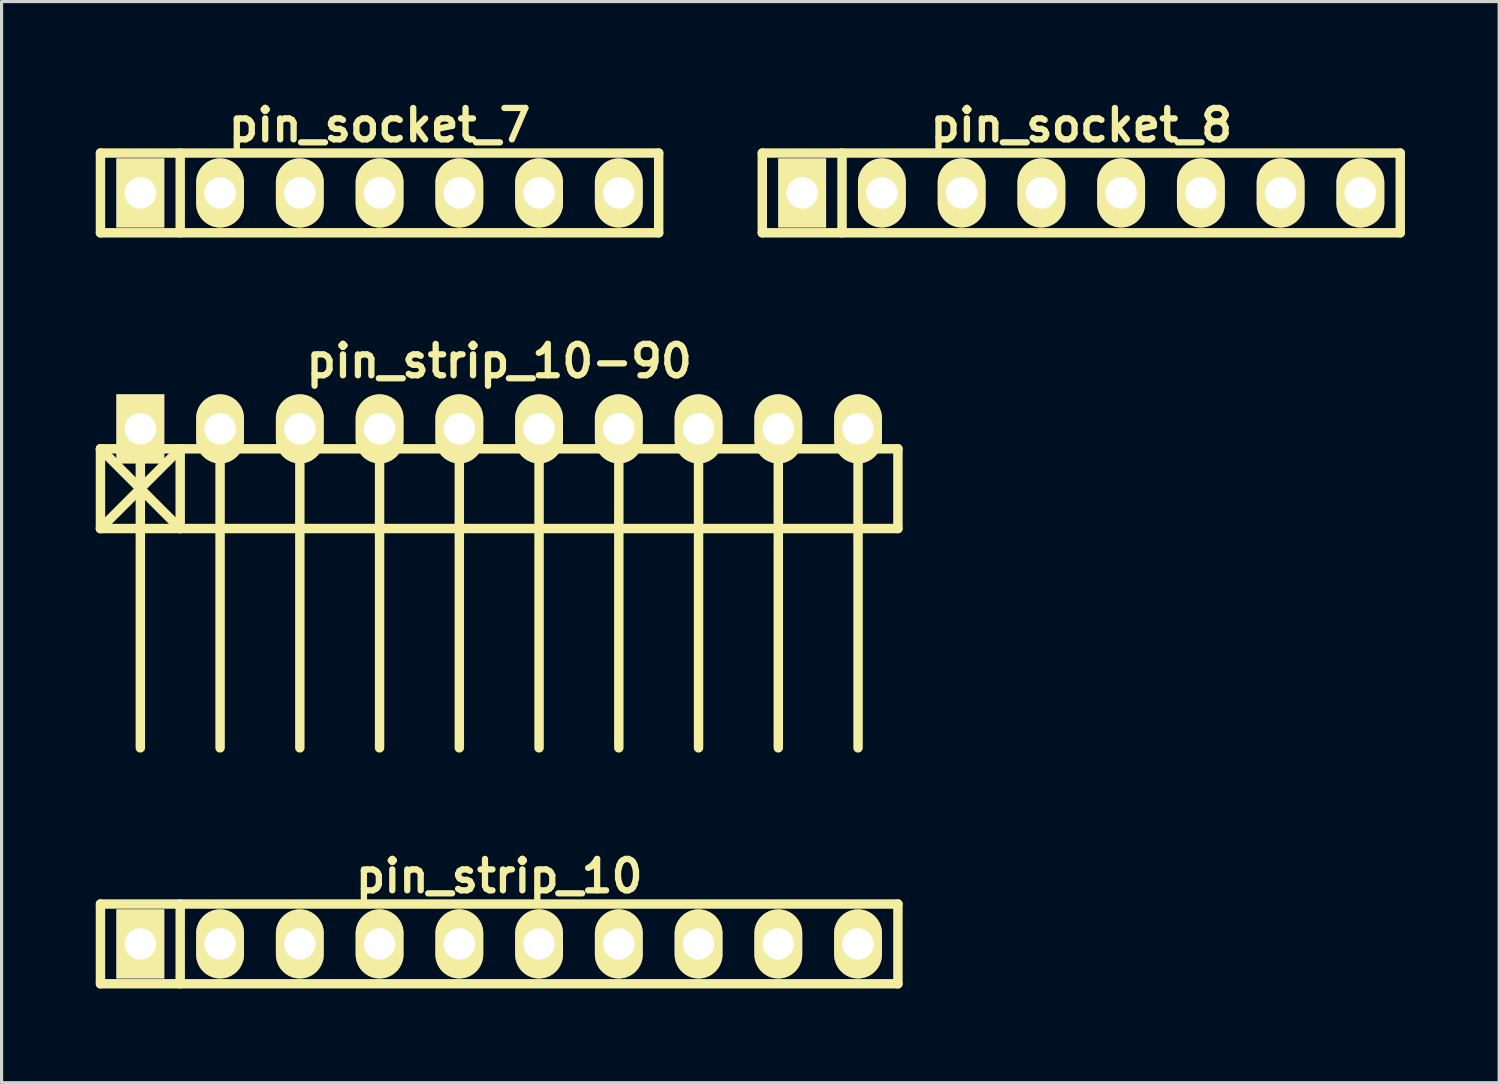
<source format=kicad_pcb>
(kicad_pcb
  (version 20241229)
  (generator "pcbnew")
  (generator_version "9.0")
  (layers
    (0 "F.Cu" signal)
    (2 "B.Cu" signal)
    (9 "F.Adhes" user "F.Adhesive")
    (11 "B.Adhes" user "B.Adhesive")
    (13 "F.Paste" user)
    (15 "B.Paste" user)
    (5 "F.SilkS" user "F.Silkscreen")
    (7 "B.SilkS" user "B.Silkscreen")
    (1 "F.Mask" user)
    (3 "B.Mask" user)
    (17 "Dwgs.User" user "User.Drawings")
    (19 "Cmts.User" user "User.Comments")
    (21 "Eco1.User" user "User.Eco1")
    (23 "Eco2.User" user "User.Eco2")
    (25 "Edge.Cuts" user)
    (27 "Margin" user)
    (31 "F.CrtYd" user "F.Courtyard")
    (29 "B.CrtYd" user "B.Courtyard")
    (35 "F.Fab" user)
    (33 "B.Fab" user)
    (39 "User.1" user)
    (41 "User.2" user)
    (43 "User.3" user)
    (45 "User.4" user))
  (footprint "pin_socket_7"
    (layer "F.Cu")
    (at 9.04 3.095)
    (property "Reference" "pin_socket_7" (at 0 -2.159 0) (layer "F.SilkS") (effects (font (size 1 1) (thickness 0.2))))
    (attr through_hole)
    (fp_line (start -8.89 1.27) (end -8.89 -1.27) (stroke (width 0.3) (type solid)) (layer "F.SilkS"))
    (fp_line (start -8.89 1.27) (end 8.89 1.27) (stroke (width 0.3) (type solid)) (layer "F.SilkS"))
    (fp_line (start -6.35 -1.27) (end -6.35 1.27) (stroke (width 0.3) (type solid)) (layer "F.SilkS"))
    (fp_line (start 8.89 -1.27) (end -8.89 -1.27) (stroke (width 0.3) (type solid)) (layer "F.SilkS"))
    (fp_line (start 8.89 -1.27) (end 8.89 1.27) (stroke (width 0.3) (type solid)) (layer "F.SilkS"))
    (pad "1" thru_hole rect (at -7.62 0) (size 1.524 2.2) (drill 1.001) (layers "*.Cu" "*.Mask" "F.SilkS"))
    (pad "2" thru_hole oval (at -5.08 0) (size 1.524 2.2) (drill 1.001) (layers "*.Cu" "*.Mask" "F.SilkS"))
    (pad "3" thru_hole oval (at -2.54 0) (size 1.524 2.2) (drill 1.001) (layers "*.Cu" "*.Mask" "F.SilkS"))
    (pad "4" thru_hole oval (at 0 0) (size 1.524 2.2) (drill 1.001) (layers "*.Cu" "*.Mask" "F.SilkS"))
    (pad "5" thru_hole oval (at 2.54 0) (size 1.524 2.2) (drill 1.001) (layers "*.Cu" "*.Mask" "F.SilkS"))
    (pad "6" thru_hole oval (at 5.08 0) (size 1.524 2.2) (drill 1.001) (layers "*.Cu" "*.Mask" "F.SilkS"))
    (pad "7" thru_hole oval (at 7.62 0) (size 1.524 2.2) (drill 1.001) (layers "*.Cu" "*.Mask" "F.SilkS")))
  (footprint "pin_socket_8"
    (layer "F.Cu")
    (at 31.39 3.095)
    (property "Reference" "pin_socket_8" (at 0 -2.159 0) (layer "F.SilkS") (effects (font (size 1 1) (thickness 0.2))))
    (attr through_hole)
    (fp_line (start -10.16 -1.27) (end 10.16 -1.27) (stroke (width 0.3) (type solid)) (layer "F.SilkS"))
    (fp_line (start -10.16 1.27) (end -10.16 -1.27) (stroke (width 0.3) (type solid)) (layer "F.SilkS"))
    (fp_line (start -7.62 -1.27) (end -7.62 1.27) (stroke (width 0.3) (type solid)) (layer "F.SilkS"))
    (fp_line (start 10.16 -1.27) (end 10.16 1.27) (stroke (width 0.3) (type solid)) (layer "F.SilkS"))
    (fp_line (start 10.16 1.27) (end -10.16 1.27) (stroke (width 0.3) (type solid)) (layer "F.SilkS"))
    (pad "1" thru_hole rect (at -8.89 0) (size 1.524 2.2) (drill 1.001) (layers "*.Cu" "*.Mask" "F.SilkS"))
    (pad "2" thru_hole oval (at -6.35 0) (size 1.524 2.2) (drill 1.001) (layers "*.Cu" "*.Mask" "F.SilkS"))
    (pad "3" thru_hole oval (at -3.81 0) (size 1.524 2.2) (drill 1.001) (layers "*.Cu" "*.Mask" "F.SilkS"))
    (pad "4" thru_hole oval (at -1.27 0) (size 1.524 2.2) (drill 1.001) (layers "*.Cu" "*.Mask" "F.SilkS"))
    (pad "5" thru_hole oval (at 1.27 0) (size 1.524 2.2) (drill 1.001) (layers "*.Cu" "*.Mask" "F.SilkS"))
    (pad "6" thru_hole oval (at 3.81 0) (size 1.524 2.2) (drill 1.001) (layers "*.Cu" "*.Mask" "F.SilkS"))
    (pad "7" thru_hole oval (at 6.35 0) (size 1.524 2.2) (drill 1.001) (layers "*.Cu" "*.Mask" "F.SilkS"))
    (pad "8" thru_hole oval (at 8.89 0) (size 1.524 2.2) (drill 1.001) (layers "*.Cu" "*.Mask" "F.SilkS")))
  (footprint "pin_strip_10-90"
    (layer "F.Cu")
    (at 12.85 10.61)
    (property "Reference" "pin_strip_10-90" (at 0 -2.159 0) (layer "F.SilkS") (effects (font (size 1 1) (thickness 0.2))))
    (attr through_hole)
    (fp_line (start -12.7 0.635) (end 12.7 0.635) (stroke (width 0.3) (type solid)) (layer "F.SilkS"))
    (fp_line (start -12.7 3.175) (end -12.7 0.635) (stroke (width 0.3) (type solid)) (layer "F.SilkS"))
    (fp_line (start -12.7 3.175) (end -10.16 0.635) (stroke (width 0.3) (type solid)) (layer "F.SilkS"))
    (fp_line (start -11.43 0) (end -11.43 10.16) (stroke (width 0.3) (type solid)) (layer "F.SilkS"))
    (fp_line (start -10.16 0.635) (end -10.16 3.175) (stroke (width 0.3) (type solid)) (layer "F.SilkS"))
    (fp_line (start -10.16 3.175) (end -12.7 0.635) (stroke (width 0.3) (type solid)) (layer "F.SilkS"))
    (fp_line (start -8.89 0) (end -8.89 10.16) (stroke (width 0.3) (type solid)) (layer "F.SilkS"))
    (fp_line (start -6.35 10.16) (end -6.35 0) (stroke (width 0.3) (type solid)) (layer "F.SilkS"))
    (fp_line (start -3.81 0) (end -3.81 10.16) (stroke (width 0.3) (type solid)) (layer "F.SilkS"))
    (fp_line (start -1.27 0) (end -1.27 10.16) (stroke (width 0.3) (type solid)) (layer "F.SilkS"))
    (fp_line (start 1.27 0) (end 1.27 10.16) (stroke (width 0.3) (type solid)) (layer "F.SilkS"))
    (fp_line (start 3.81 0) (end 3.81 10.16) (stroke (width 0.3) (type solid)) (layer "F.SilkS"))
    (fp_line (start 6.35 0) (end 6.35 10.16) (stroke (width 0.3) (type solid)) (layer "F.SilkS"))
    (fp_line (start 8.89 0) (end 8.89 10.16) (stroke (width 0.3) (type solid)) (layer "F.SilkS"))
    (fp_line (start 11.43 0) (end 11.43 10.16) (stroke (width 0.3) (type solid)) (layer "F.SilkS"))
    (fp_line (start 12.7 0.635) (end 12.7 3.175) (stroke (width 0.3) (type solid)) (layer "F.SilkS"))
    (fp_line (start 12.7 3.175) (end -12.7 3.175) (stroke (width 0.3) (type solid)) (layer "F.SilkS"))
    (pad "1" thru_hole rect (at -11.43 0) (size 1.524 2.2) (drill 1.001) (layers "*.Cu" "*.Mask" "F.SilkS"))
    (pad "2" thru_hole oval (at -8.89 0) (size 1.524 2.2) (drill 1.001) (layers "*.Cu" "*.Mask" "F.SilkS"))
    (pad "3" thru_hole oval (at -6.35 0) (size 1.524 2.2) (drill 1.001) (layers "*.Cu" "*.Mask" "F.SilkS"))
    (pad "4" thru_hole oval (at -3.81 0) (size 1.524 2.2) (drill 1.001) (layers "*.Cu" "*.Mask" "F.SilkS"))
    (pad "5" thru_hole oval (at -1.27 0) (size 1.524 2.2) (drill 1.001) (layers "*.Cu" "*.Mask" "F.SilkS"))
    (pad "6" thru_hole oval (at 1.27 0) (size 1.524 2.2) (drill 1.001) (layers "*.Cu" "*.Mask" "F.SilkS"))
    (pad "7" thru_hole oval (at 3.81 0) (size 1.524 2.2) (drill 1.001) (layers "*.Cu" "*.Mask" "F.SilkS"))
    (pad "8" thru_hole oval (at 6.35 0) (size 1.524 2.2) (drill 1.001) (layers "*.Cu" "*.Mask" "F.SilkS"))
    (pad "9" thru_hole oval (at 8.89 0) (size 1.524 2.2) (drill 1.001) (layers "*.Cu" "*.Mask" "F.SilkS"))
    (pad "10" thru_hole oval (at 11.43 0) (size 1.524 2.2) (drill 1.001) (layers "*.Cu" "*.Mask" "F.SilkS")))
  (footprint "pin_strip_10"
    (layer "F.Cu")
    (at 12.85 27.015)
    (property "Reference" "pin_strip_10" (at 0 -2.159 0) (layer "F.SilkS") (effects (font (size 1 1) (thickness 0.2))))
    (attr through_hole)
    (fp_line (start -12.7 -1.27) (end 12.7 -1.27) (stroke (width 0.3) (type solid)) (layer "F.SilkS"))
    (fp_line (start -12.7 1.27) (end -12.7 -1.27) (stroke (width 0.3) (type solid)) (layer "F.SilkS"))
    (fp_line (start -10.16 -1.27) (end -10.16 1.27) (stroke (width 0.3) (type solid)) (layer "F.SilkS"))
    (fp_line (start 12.7 -1.27) (end 12.7 1.27) (stroke (width 0.3) (type solid)) (layer "F.SilkS"))
    (fp_line (start 12.7 1.27) (end -12.7 1.27) (stroke (width 0.3) (type solid)) (layer "F.SilkS"))
    (pad "1" thru_hole rect (at -11.43 0) (size 1.524 2.2) (drill 1.001) (layers "*.Cu" "*.Mask" "F.SilkS"))
    (pad "2" thru_hole oval (at -8.89 0) (size 1.524 2.2) (drill 1.001) (layers "*.Cu" "*.Mask" "F.SilkS"))
    (pad "3" thru_hole oval (at -6.35 0) (size 1.524 2.2) (drill 1.001) (layers "*.Cu" "*.Mask" "F.SilkS"))
    (pad "4" thru_hole oval (at -3.81 0) (size 1.524 2.2) (drill 1.001) (layers "*.Cu" "*.Mask" "F.SilkS"))
    (pad "5" thru_hole oval (at -1.27 0) (size 1.524 2.2) (drill 1.001) (layers "*.Cu" "*.Mask" "F.SilkS"))
    (pad "6" thru_hole oval (at 1.27 0) (size 1.524 2.2) (drill 1.001) (layers "*.Cu" "*.Mask" "F.SilkS"))
    (pad "7" thru_hole oval (at 3.81 0) (size 1.524 2.2) (drill 1.001) (layers "*.Cu" "*.Mask" "F.SilkS"))
    (pad "8" thru_hole oval (at 6.35 0) (size 1.524 2.2) (drill 1.001) (layers "*.Cu" "*.Mask" "F.SilkS"))
    (pad "9" thru_hole oval (at 8.89 0) (size 1.524 2.2) (drill 1.001) (layers "*.Cu" "*.Mask" "F.SilkS"))
    (pad "10" thru_hole oval (at 11.43 0) (size 1.524 2.2) (drill 1.001) (layers "*.Cu" "*.Mask" "F.SilkS")))
  (gr_rect
    (start -3 -3)
    (end 44.7 31.435)
    (stroke (width 0.1) (type default))
    (fill no)
    (layer "Edge.Cuts")))
</source>
